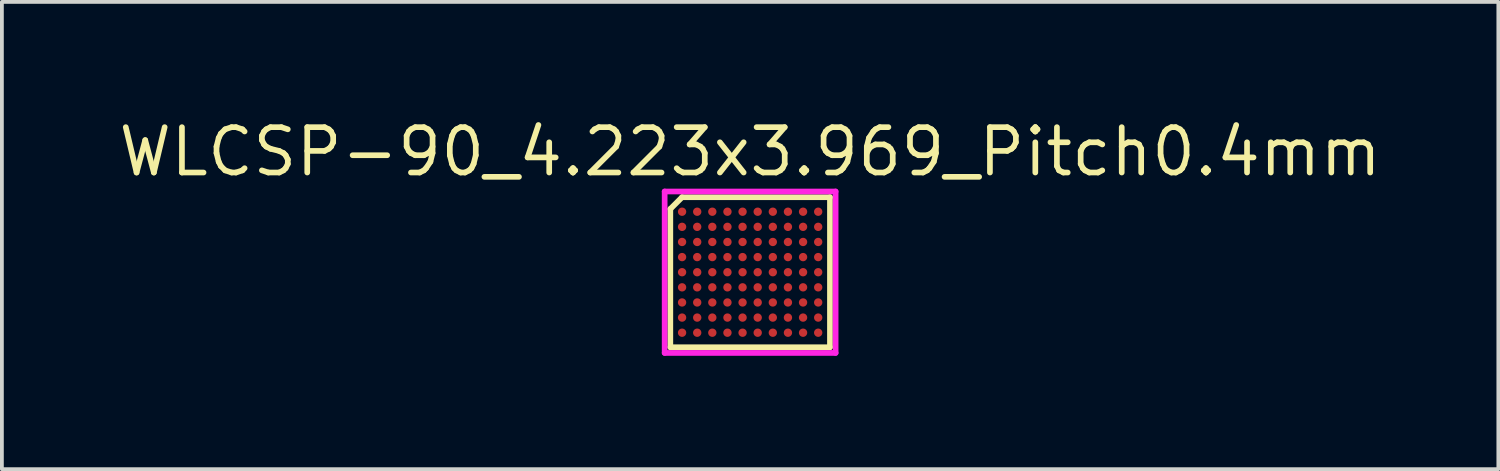
<source format=kicad_pcb>
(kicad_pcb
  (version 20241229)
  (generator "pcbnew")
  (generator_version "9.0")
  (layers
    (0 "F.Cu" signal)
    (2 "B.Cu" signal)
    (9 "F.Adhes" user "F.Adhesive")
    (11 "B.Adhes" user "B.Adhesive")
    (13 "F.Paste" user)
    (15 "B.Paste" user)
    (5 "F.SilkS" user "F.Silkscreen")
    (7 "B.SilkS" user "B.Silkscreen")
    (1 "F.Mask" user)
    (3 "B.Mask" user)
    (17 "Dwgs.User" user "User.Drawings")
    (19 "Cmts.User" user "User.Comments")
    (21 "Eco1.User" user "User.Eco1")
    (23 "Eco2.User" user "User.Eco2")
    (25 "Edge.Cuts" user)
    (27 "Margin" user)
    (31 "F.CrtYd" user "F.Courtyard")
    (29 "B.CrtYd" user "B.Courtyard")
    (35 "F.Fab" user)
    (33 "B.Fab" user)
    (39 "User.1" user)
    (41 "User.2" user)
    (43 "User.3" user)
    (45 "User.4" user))
  (footprint "WLCSP-90_4.223x3.969_Pitch0.4mm"
    (layer "F.Cu")
    (at 16.791 4.15)
    (property "Reference" "WLCSP-90_4.223x3.969_Pitch0.4mm" (at 0 -3.184 0) (layer "F.SilkS") (effects (font (size 1.2 1.2) (thickness 0.15))))
    (attr through_hole)
    (fp_line (start -2.111 -1.673) (end -2.111 1.984) (stroke (width 0.15) (type solid)) (layer "F.SilkS"))
    (fp_line (start -2.111 1.984) (end 2.111 1.984) (stroke (width 0.15) (type solid)) (layer "F.SilkS"))
    (fp_line (start -1.8 -1.984) (end -2.111 -1.673) (stroke (width 0.15) (type solid)) (layer "F.SilkS"))
    (fp_line (start 2.111 -1.984) (end -1.8 -1.984) (stroke (width 0.15) (type solid)) (layer "F.SilkS"))
    (fp_line (start 2.111 1.984) (end 2.111 -1.984) (stroke (width 0.15) (type solid)) (layer "F.SilkS"))
    (fp_line (start -2.261 -2.135) (end 2.261 -2.135) (stroke (width 0.15) (type solid)) (layer "F.CrtYd"))
    (fp_line (start -2.261 2.135) (end -2.261 -2.135) (stroke (width 0.15) (type solid)) (layer "F.CrtYd"))
    (fp_line (start 2.261 -2.135) (end 2.261 2.135) (stroke (width 0.15) (type solid)) (layer "F.CrtYd"))
    (fp_line (start 2.261 2.135) (end -2.261 2.135) (stroke (width 0.15) (type solid)) (layer "F.CrtYd"))
    (pad "A1" smd circle (at -1.8 -1.6) (size 0.22 0.22) (layers "F.Cu" "F.Mask" "F.Paste"))
    (pad "A2" smd circle (at -1.4 -1.6) (size 0.22 0.22) (layers "F.Cu" "F.Mask" "F.Paste"))
    (pad "A3" smd circle (at -1 -1.6) (size 0.22 0.22) (layers "F.Cu" "F.Mask" "F.Paste"))
    (pad "A4" smd circle (at -0.6 -1.6) (size 0.22 0.22) (layers "F.Cu" "F.Mask" "F.Paste"))
    (pad "A5" smd circle (at -0.2 -1.6) (size 0.22 0.22) (layers "F.Cu" "F.Mask" "F.Paste"))
    (pad "A6" smd circle (at 0.2 -1.6) (size 0.22 0.22) (layers "F.Cu" "F.Mask" "F.Paste"))
    (pad "A7" smd circle (at 0.6 -1.6) (size 0.22 0.22) (layers "F.Cu" "F.Mask" "F.Paste"))
    (pad "A8" smd circle (at 1 -1.6) (size 0.22 0.22) (layers "F.Cu" "F.Mask" "F.Paste"))
    (pad "A9" smd circle (at 1.4 -1.6) (size 0.22 0.22) (layers "F.Cu" "F.Mask" "F.Paste"))
    (pad "A10" smd circle (at 1.8 -1.6) (size 0.22 0.22) (layers "F.Cu" "F.Mask" "F.Paste"))
    (pad "B1" smd circle (at -1.8 -1.2) (size 0.22 0.22) (layers "F.Cu" "F.Mask" "F.Paste"))
    (pad "B2" smd circle (at -1.4 -1.2) (size 0.22 0.22) (layers "F.Cu" "F.Mask" "F.Paste"))
    (pad "B3" smd circle (at -1 -1.2) (size 0.22 0.22) (layers "F.Cu" "F.Mask" "F.Paste"))
    (pad "B4" smd circle (at -0.6 -1.2) (size 0.22 0.22) (layers "F.Cu" "F.Mask" "F.Paste"))
    (pad "B5" smd circle (at -0.2 -1.2) (size 0.22 0.22) (layers "F.Cu" "F.Mask" "F.Paste"))
    (pad "B6" smd circle (at 0.2 -1.2) (size 0.22 0.22) (layers "F.Cu" "F.Mask" "F.Paste"))
    (pad "B7" smd circle (at 0.6 -1.2) (size 0.22 0.22) (layers "F.Cu" "F.Mask" "F.Paste"))
    (pad "B8" smd circle (at 1 -1.2) (size 0.22 0.22) (layers "F.Cu" "F.Mask" "F.Paste"))
    (pad "B9" smd circle (at 1.4 -1.2) (size 0.22 0.22) (layers "F.Cu" "F.Mask" "F.Paste"))
    (pad "B10" smd circle (at 1.8 -1.2) (size 0.22 0.22) (layers "F.Cu" "F.Mask" "F.Paste"))
    (pad "C1" smd circle (at -1.8 -0.8) (size 0.22 0.22) (layers "F.Cu" "F.Mask" "F.Paste"))
    (pad "C2" smd circle (at -1.4 -0.8) (size 0.22 0.22) (layers "F.Cu" "F.Mask" "F.Paste"))
    (pad "C3" smd circle (at -1 -0.8) (size 0.22 0.22) (layers "F.Cu" "F.Mask" "F.Paste"))
    (pad "C4" smd circle (at -0.6 -0.8) (size 0.22 0.22) (layers "F.Cu" "F.Mask" "F.Paste"))
    (pad "C5" smd circle (at -0.2 -0.8) (size 0.22 0.22) (layers "F.Cu" "F.Mask" "F.Paste"))
    (pad "C6" smd circle (at 0.2 -0.8) (size 0.22 0.22) (layers "F.Cu" "F.Mask" "F.Paste"))
    (pad "C7" smd circle (at 0.6 -0.8) (size 0.22 0.22) (layers "F.Cu" "F.Mask" "F.Paste"))
    (pad "C8" smd circle (at 1 -0.8) (size 0.22 0.22) (layers "F.Cu" "F.Mask" "F.Paste"))
    (pad "C9" smd circle (at 1.4 -0.8) (size 0.22 0.22) (layers "F.Cu" "F.Mask" "F.Paste"))
    (pad "C10" smd circle (at 1.8 -0.8) (size 0.22 0.22) (layers "F.Cu" "F.Mask" "F.Paste"))
    (pad "D1" smd circle (at -1.8 -0.4) (size 0.22 0.22) (layers "F.Cu" "F.Mask" "F.Paste"))
    (pad "D2" smd circle (at -1.4 -0.4) (size 0.22 0.22) (layers "F.Cu" "F.Mask" "F.Paste"))
    (pad "D3" smd circle (at -1 -0.4) (size 0.22 0.22) (layers "F.Cu" "F.Mask" "F.Paste"))
    (pad "D4" smd circle (at -0.6 -0.4) (size 0.22 0.22) (layers "F.Cu" "F.Mask" "F.Paste"))
    (pad "D5" smd circle (at -0.2 -0.4) (size 0.22 0.22) (layers "F.Cu" "F.Mask" "F.Paste"))
    (pad "D6" smd circle (at 0.2 -0.4) (size 0.22 0.22) (layers "F.Cu" "F.Mask" "F.Paste"))
    (pad "D7" smd circle (at 0.6 -0.4) (size 0.22 0.22) (layers "F.Cu" "F.Mask" "F.Paste"))
    (pad "D8" smd circle (at 1 -0.4) (size 0.22 0.22) (layers "F.Cu" "F.Mask" "F.Paste"))
    (pad "D9" smd circle (at 1.4 -0.4) (size 0.22 0.22) (layers "F.Cu" "F.Mask" "F.Paste"))
    (pad "D10" smd circle (at 1.8 -0.4) (size 0.22 0.22) (layers "F.Cu" "F.Mask" "F.Paste"))
    (pad "E1" smd circle (at -1.8 0) (size 0.22 0.22) (layers "F.Cu" "F.Mask" "F.Paste"))
    (pad "E2" smd circle (at -1.4 0) (size 0.22 0.22) (layers "F.Cu" "F.Mask" "F.Paste"))
    (pad "E3" smd circle (at -1 0) (size 0.22 0.22) (layers "F.Cu" "F.Mask" "F.Paste"))
    (pad "E4" smd circle (at -0.6 0) (size 0.22 0.22) (layers "F.Cu" "F.Mask" "F.Paste"))
    (pad "E5" smd circle (at -0.2 0) (size 0.22 0.22) (layers "F.Cu" "F.Mask" "F.Paste"))
    (pad "E6" smd circle (at 0.2 0) (size 0.22 0.22) (layers "F.Cu" "F.Mask" "F.Paste"))
    (pad "E7" smd circle (at 0.6 0) (size 0.22 0.22) (layers "F.Cu" "F.Mask" "F.Paste"))
    (pad "E8" smd circle (at 1 0) (size 0.22 0.22) (layers "F.Cu" "F.Mask" "F.Paste"))
    (pad "E9" smd circle (at 1.4 0) (size 0.22 0.22) (layers "F.Cu" "F.Mask" "F.Paste"))
    (pad "E10" smd circle (at 1.8 0) (size 0.22 0.22) (layers "F.Cu" "F.Mask" "F.Paste"))
    (pad "F1" smd circle (at -1.8 0.4) (size 0.22 0.22) (layers "F.Cu" "F.Mask" "F.Paste"))
    (pad "F2" smd circle (at -1.4 0.4) (size 0.22 0.22) (layers "F.Cu" "F.Mask" "F.Paste"))
    (pad "F3" smd circle (at -1 0.4) (size 0.22 0.22) (layers "F.Cu" "F.Mask" "F.Paste"))
    (pad "F4" smd circle (at -0.6 0.4) (size 0.22 0.22) (layers "F.Cu" "F.Mask" "F.Paste"))
    (pad "F5" smd circle (at -0.2 0.4) (size 0.22 0.22) (layers "F.Cu" "F.Mask" "F.Paste"))
    (pad "F6" smd circle (at 0.2 0.4) (size 0.22 0.22) (layers "F.Cu" "F.Mask" "F.Paste"))
    (pad "F7" smd circle (at 0.6 0.4) (size 0.22 0.22) (layers "F.Cu" "F.Mask" "F.Paste"))
    (pad "F8" smd circle (at 1 0.4) (size 0.22 0.22) (layers "F.Cu" "F.Mask" "F.Paste"))
    (pad "F9" smd circle (at 1.4 0.4) (size 0.22 0.22) (layers "F.Cu" "F.Mask" "F.Paste"))
    (pad "F10" smd circle (at 1.8 0.4) (size 0.22 0.22) (layers "F.Cu" "F.Mask" "F.Paste"))
    (pad "G1" smd circle (at -1.8 0.8) (size 0.22 0.22) (layers "F.Cu" "F.Mask" "F.Paste"))
    (pad "G2" smd circle (at -1.4 0.8) (size 0.22 0.22) (layers "F.Cu" "F.Mask" "F.Paste"))
    (pad "G3" smd circle (at -1 0.8) (size 0.22 0.22) (layers "F.Cu" "F.Mask" "F.Paste"))
    (pad "G4" smd circle (at -0.6 0.8) (size 0.22 0.22) (layers "F.Cu" "F.Mask" "F.Paste"))
    (pad "G5" smd circle (at -0.2 0.8) (size 0.22 0.22) (layers "F.Cu" "F.Mask" "F.Paste"))
    (pad "G6" smd circle (at 0.2 0.8) (size 0.22 0.22) (layers "F.Cu" "F.Mask" "F.Paste"))
    (pad "G7" smd circle (at 0.6 0.8) (size 0.22 0.22) (layers "F.Cu" "F.Mask" "F.Paste"))
    (pad "G8" smd circle (at 1 0.8) (size 0.22 0.22) (layers "F.Cu" "F.Mask" "F.Paste"))
    (pad "G9" smd circle (at 1.4 0.8) (size 0.22 0.22) (layers "F.Cu" "F.Mask" "F.Paste"))
    (pad "G10" smd circle (at 1.8 0.8) (size 0.22 0.22) (layers "F.Cu" "F.Mask" "F.Paste"))
    (pad "H1" smd circle (at -1.8 1.2) (size 0.22 0.22) (layers "F.Cu" "F.Mask" "F.Paste"))
    (pad "H2" smd circle (at -1.4 1.2) (size 0.22 0.22) (layers "F.Cu" "F.Mask" "F.Paste"))
    (pad "H3" smd circle (at -1 1.2) (size 0.22 0.22) (layers "F.Cu" "F.Mask" "F.Paste"))
    (pad "H4" smd circle (at -0.6 1.2) (size 0.22 0.22) (layers "F.Cu" "F.Mask" "F.Paste"))
    (pad "H5" smd circle (at -0.2 1.2) (size 0.22 0.22) (layers "F.Cu" "F.Mask" "F.Paste"))
    (pad "H6" smd circle (at 0.2 1.2) (size 0.22 0.22) (layers "F.Cu" "F.Mask" "F.Paste"))
    (pad "H7" smd circle (at 0.6 1.2) (size 0.22 0.22) (layers "F.Cu" "F.Mask" "F.Paste"))
    (pad "H8" smd circle (at 1 1.2) (size 0.22 0.22) (layers "F.Cu" "F.Mask" "F.Paste"))
    (pad "H9" smd circle (at 1.4 1.2) (size 0.22 0.22) (layers "F.Cu" "F.Mask" "F.Paste"))
    (pad "H10" smd circle (at 1.8 1.2) (size 0.22 0.22) (layers "F.Cu" "F.Mask" "F.Paste"))
    (pad "J1" smd circle (at -1.8 1.6) (size 0.22 0.22) (layers "F.Cu" "F.Mask" "F.Paste"))
    (pad "J2" smd circle (at -1.4 1.6) (size 0.22 0.22) (layers "F.Cu" "F.Mask" "F.Paste"))
    (pad "J3" smd circle (at -1 1.6) (size 0.22 0.22) (layers "F.Cu" "F.Mask" "F.Paste"))
    (pad "J4" smd circle (at -0.6 1.6) (size 0.22 0.22) (layers "F.Cu" "F.Mask" "F.Paste"))
    (pad "J5" smd circle (at -0.2 1.6) (size 0.22 0.22) (layers "F.Cu" "F.Mask" "F.Paste"))
    (pad "J6" smd circle (at 0.2 1.6) (size 0.22 0.22) (layers "F.Cu" "F.Mask" "F.Paste"))
    (pad "J7" smd circle (at 0.6 1.6) (size 0.22 0.22) (layers "F.Cu" "F.Mask" "F.Paste"))
    (pad "J8" smd circle (at 1 1.6) (size 0.22 0.22) (layers "F.Cu" "F.Mask" "F.Paste"))
    (pad "J9" smd circle (at 1.4 1.6) (size 0.22 0.22) (layers "F.Cu" "F.Mask" "F.Paste"))
    (pad "J10" smd circle (at 1.8 1.6) (size 0.22 0.22) (layers "F.Cu" "F.Mask" "F.Paste")))
  (gr_rect
    (start -3 -3)
    (end 36.581 9.359)
    (stroke (width 0.1) (type default))
    (fill no)
    (layer "Edge.Cuts")))
</source>
